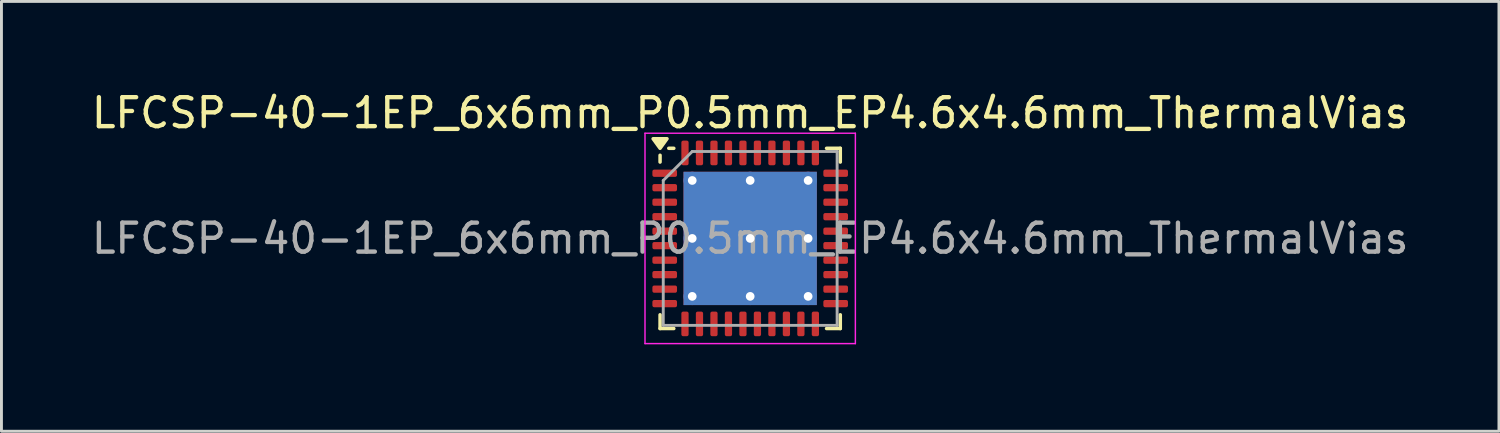
<source format=kicad_pcb>
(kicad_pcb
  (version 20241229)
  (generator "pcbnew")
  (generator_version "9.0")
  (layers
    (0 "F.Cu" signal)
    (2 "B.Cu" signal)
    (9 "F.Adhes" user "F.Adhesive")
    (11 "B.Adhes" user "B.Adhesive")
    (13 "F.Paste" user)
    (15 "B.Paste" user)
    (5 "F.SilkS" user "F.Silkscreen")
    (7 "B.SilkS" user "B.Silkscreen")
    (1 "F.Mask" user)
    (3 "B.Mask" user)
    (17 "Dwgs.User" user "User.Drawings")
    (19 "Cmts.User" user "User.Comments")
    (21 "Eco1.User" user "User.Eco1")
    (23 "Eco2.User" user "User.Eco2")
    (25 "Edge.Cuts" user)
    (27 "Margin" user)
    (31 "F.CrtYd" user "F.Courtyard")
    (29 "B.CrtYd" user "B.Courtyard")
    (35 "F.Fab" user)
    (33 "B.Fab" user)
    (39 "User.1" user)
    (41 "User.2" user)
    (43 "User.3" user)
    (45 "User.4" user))
  (footprint "LFCSP-40-1EP_6x6mm_P0.5mm_EP4.6x4.6mm_ThermalVias"
    (layer "F.Cu")
    (at 22.839 5.178)
    (property "Reference" "LFCSP-40-1EP_6x6mm_P0.5mm_EP4.6x4.6mm_ThermalVias" (at 0 -4.33 0) (layer "F.SilkS") (effects (font (size 1 1) (thickness 0.15))))
    (attr smd)
    (fp_line (start -3.11 -2.635) (end -3.11 -2.87) (stroke (width 0.12) (type solid)) (layer "F.SilkS"))
    (fp_line (start -3.11 3.11) (end -3.11 2.635) (stroke (width 0.12) (type solid)) (layer "F.SilkS"))
    (fp_line (start -2.635 -3.11) (end -2.81 -3.11) (stroke (width 0.12) (type solid)) (layer "F.SilkS"))
    (fp_line (start -2.635 3.11) (end -3.11 3.11) (stroke (width 0.12) (type solid)) (layer "F.SilkS"))
    (fp_line (start 2.635 -3.11) (end 3.11 -3.11) (stroke (width 0.12) (type solid)) (layer "F.SilkS"))
    (fp_line (start 2.635 3.11) (end 3.11 3.11) (stroke (width 0.12) (type solid)) (layer "F.SilkS"))
    (fp_line (start 3.11 -3.11) (end 3.11 -2.635) (stroke (width 0.12) (type solid)) (layer "F.SilkS"))
    (fp_line (start 3.11 3.11) (end 3.11 2.635) (stroke (width 0.12) (type solid)) (layer "F.SilkS"))
    (fp_poly (pts (xy -3.11 -3.11) (xy -3.35 -3.44) (xy -2.87 -3.44) (xy -3.11 -3.11)) (stroke (width 0.12) (type solid)) (fill yes) (layer "F.SilkS"))
    (fp_line (start -3.63 -3.63) (end -3.63 3.63) (stroke (width 0.05) (type solid)) (layer "F.CrtYd"))
    (fp_line (start -3.63 3.63) (end 3.63 3.63) (stroke (width 0.05) (type solid)) (layer "F.CrtYd"))
    (fp_line (start 3.63 -3.63) (end -3.63 -3.63) (stroke (width 0.05) (type solid)) (layer "F.CrtYd"))
    (fp_line (start 3.63 3.63) (end 3.63 -3.63) (stroke (width 0.05) (type solid)) (layer "F.CrtYd"))
    (fp_line (start -3 -2) (end -2 -3) (stroke (width 0.1) (type solid)) (layer "F.Fab"))
    (fp_line (start -3 3) (end -3 -2) (stroke (width 0.1) (type solid)) (layer "F.Fab"))
    (fp_line (start -2 -3) (end 3 -3) (stroke (width 0.1) (type solid)) (layer "F.Fab"))
    (fp_line (start 3 -3) (end 3 3) (stroke (width 0.1) (type solid)) (layer "F.Fab"))
    (fp_line (start 3 3) (end -3 3) (stroke (width 0.1) (type solid)) (layer "F.Fab"))
    (fp_text user "${REFERENCE}" (at 0 0 0) (layer "F.Fab") (effects (font (size 1 1) (thickness 0.15))))
    (pad "" smd custom (at -1.07 -1.07) (size 1.728 1.728) (layers "F.Paste") (options (anchor circle)) (primitives (gr_poly (pts (xy -0.766 -0.603) (xy -0.603 -0.766) (xy 0.603 -0.766) (xy 0.766 -0.603) (xy 0.766 0.603) (xy 0.603 0.766) (xy -0.603 0.766) (xy -0.766 0.603)) (width 0.393) (fill yes))))
    (pad "" smd custom (at -1.07 1.06) (size 1.728 1.728) (layers "F.Paste") (options (anchor circle)) (primitives (gr_poly (pts (xy -0.766 -0.603) (xy -0.603 -0.766) (xy 0.603 -0.766) (xy 0.766 -0.603) (xy 0.766 0.603) (xy 0.603 0.766) (xy -0.603 0.766) (xy -0.766 0.603)) (width 0.393) (fill yes))))
    (pad "" smd custom (at 1.07 -1.07) (size 1.728 1.728) (layers "F.Paste") (options (anchor circle)) (primitives (gr_poly (pts (xy -0.766 -0.603) (xy -0.603 -0.766) (xy 0.603 -0.766) (xy 0.766 -0.603) (xy 0.766 0.603) (xy 0.603 0.766) (xy -0.603 0.766) (xy -0.766 0.603)) (width 0.393) (fill yes))))
    (pad "" smd custom (at 1.07 1.06) (size 1.728 1.728) (layers "F.Paste") (options (anchor circle)) (primitives (gr_poly (pts (xy -0.766 -0.603) (xy -0.603 -0.766) (xy 0.603 -0.766) (xy 0.766 -0.603) (xy 0.766 0.603) (xy 0.603 0.766) (xy -0.603 0.766) (xy -0.766 0.603)) (width 0.393) (fill yes))))
    (pad "1" smd roundrect (at -2.95 -2.25) (size 0.85 0.25) (layers "F.Cu" "F.Mask" "F.Paste") (roundrect_rratio 0.25))
    (pad "2" smd roundrect (at -2.95 -1.75) (size 0.85 0.25) (layers "F.Cu" "F.Mask" "F.Paste") (roundrect_rratio 0.25))
    (pad "3" smd roundrect (at -2.95 -1.25) (size 0.85 0.25) (layers "F.Cu" "F.Mask" "F.Paste") (roundrect_rratio 0.25))
    (pad "4" smd roundrect (at -2.95 -0.75) (size 0.85 0.25) (layers "F.Cu" "F.Mask" "F.Paste") (roundrect_rratio 0.25))
    (pad "5" smd roundrect (at -2.95 -0.25) (size 0.85 0.25) (layers "F.Cu" "F.Mask" "F.Paste") (roundrect_rratio 0.25))
    (pad "6" smd roundrect (at -2.95 0.25) (size 0.85 0.25) (layers "F.Cu" "F.Mask" "F.Paste") (roundrect_rratio 0.25))
    (pad "7" smd roundrect (at -2.95 0.75) (size 0.85 0.25) (layers "F.Cu" "F.Mask" "F.Paste") (roundrect_rratio 0.25))
    (pad "8" smd roundrect (at -2.95 1.25) (size 0.85 0.25) (layers "F.Cu" "F.Mask" "F.Paste") (roundrect_rratio 0.25))
    (pad "9" smd roundrect (at -2.95 1.75) (size 0.85 0.25) (layers "F.Cu" "F.Mask" "F.Paste") (roundrect_rratio 0.25))
    (pad "10" smd roundrect (at -2.95 2.25) (size 0.85 0.25) (layers "F.Cu" "F.Mask" "F.Paste") (roundrect_rratio 0.25))
    (pad "11" smd roundrect (at -2.25 2.95) (size 0.25 0.85) (layers "F.Cu" "F.Mask" "F.Paste") (roundrect_rratio 0.25))
    (pad "12" smd roundrect (at -1.75 2.95) (size 0.25 0.85) (layers "F.Cu" "F.Mask" "F.Paste") (roundrect_rratio 0.25))
    (pad "13" smd roundrect (at -1.25 2.95) (size 0.25 0.85) (layers "F.Cu" "F.Mask" "F.Paste") (roundrect_rratio 0.25))
    (pad "14" smd roundrect (at -0.75 2.95) (size 0.25 0.85) (layers "F.Cu" "F.Mask" "F.Paste") (roundrect_rratio 0.25))
    (pad "15" smd roundrect (at -0.25 2.95) (size 0.25 0.85) (layers "F.Cu" "F.Mask" "F.Paste") (roundrect_rratio 0.25))
    (pad "16" smd roundrect (at 0.25 2.95) (size 0.25 0.85) (layers "F.Cu" "F.Mask" "F.Paste") (roundrect_rratio 0.25))
    (pad "17" smd roundrect (at 0.75 2.95) (size 0.25 0.85) (layers "F.Cu" "F.Mask" "F.Paste") (roundrect_rratio 0.25))
    (pad "18" smd roundrect (at 1.25 2.95) (size 0.25 0.85) (layers "F.Cu" "F.Mask" "F.Paste") (roundrect_rratio 0.25))
    (pad "19" smd roundrect (at 1.75 2.95) (size 0.25 0.85) (layers "F.Cu" "F.Mask" "F.Paste") (roundrect_rratio 0.25))
    (pad "20" smd roundrect (at 2.25 2.95) (size 0.25 0.85) (layers "F.Cu" "F.Mask" "F.Paste") (roundrect_rratio 0.25))
    (pad "21" smd roundrect (at 2.95 2.25) (size 0.85 0.25) (layers "F.Cu" "F.Mask" "F.Paste") (roundrect_rratio 0.25))
    (pad "22" smd roundrect (at 2.95 1.75) (size 0.85 0.25) (layers "F.Cu" "F.Mask" "F.Paste") (roundrect_rratio 0.25))
    (pad "23" smd roundrect (at 2.95 1.25) (size 0.85 0.25) (layers "F.Cu" "F.Mask" "F.Paste") (roundrect_rratio 0.25))
    (pad "24" smd roundrect (at 2.95 0.75) (size 0.85 0.25) (layers "F.Cu" "F.Mask" "F.Paste") (roundrect_rratio 0.25))
    (pad "25" smd roundrect (at 2.95 0.25) (size 0.85 0.25) (layers "F.Cu" "F.Mask" "F.Paste") (roundrect_rratio 0.25))
    (pad "26" smd roundrect (at 2.95 -0.25) (size 0.85 0.25) (layers "F.Cu" "F.Mask" "F.Paste") (roundrect_rratio 0.25))
    (pad "27" smd roundrect (at 2.95 -0.75) (size 0.85 0.25) (layers "F.Cu" "F.Mask" "F.Paste") (roundrect_rratio 0.25))
    (pad "28" smd roundrect (at 2.95 -1.25) (size 0.85 0.25) (layers "F.Cu" "F.Mask" "F.Paste") (roundrect_rratio 0.25))
    (pad "29" smd roundrect (at 2.95 -1.75) (size 0.85 0.25) (layers "F.Cu" "F.Mask" "F.Paste") (roundrect_rratio 0.25))
    (pad "30" smd roundrect (at 2.95 -2.25) (size 0.85 0.25) (layers "F.Cu" "F.Mask" "F.Paste") (roundrect_rratio 0.25))
    (pad "31" smd roundrect (at 2.25 -2.95) (size 0.25 0.85) (layers "F.Cu" "F.Mask" "F.Paste") (roundrect_rratio 0.25))
    (pad "32" smd roundrect (at 1.75 -2.95) (size 0.25 0.85) (layers "F.Cu" "F.Mask" "F.Paste") (roundrect_rratio 0.25))
    (pad "33" smd roundrect (at 1.25 -2.95) (size 0.25 0.85) (layers "F.Cu" "F.Mask" "F.Paste") (roundrect_rratio 0.25))
    (pad "34" smd roundrect (at 0.75 -2.95) (size 0.25 0.85) (layers "F.Cu" "F.Mask" "F.Paste") (roundrect_rratio 0.25))
    (pad "35" smd roundrect (at 0.25 -2.95) (size 0.25 0.85) (layers "F.Cu" "F.Mask" "F.Paste") (roundrect_rratio 0.25))
    (pad "36" smd roundrect (at -0.25 -2.95) (size 0.25 0.85) (layers "F.Cu" "F.Mask" "F.Paste") (roundrect_rratio 0.25))
    (pad "37" smd roundrect (at -0.75 -2.95) (size 0.25 0.85) (layers "F.Cu" "F.Mask" "F.Paste") (roundrect_rratio 0.25))
    (pad "38" smd roundrect (at -1.25 -2.95) (size 0.25 0.85) (layers "F.Cu" "F.Mask" "F.Paste") (roundrect_rratio 0.25))
    (pad "39" smd roundrect (at -1.75 -2.95) (size 0.25 0.85) (layers "F.Cu" "F.Mask" "F.Paste") (roundrect_rratio 0.25))
    (pad "40" smd roundrect (at -2.25 -2.95) (size 0.25 0.85) (layers "F.Cu" "F.Mask" "F.Paste") (roundrect_rratio 0.25))
    (pad "41" thru_hole circle (at -2 -2) (size 0.6 0.6) (drill 0.3) (property pad_prop_heatsink) (layers "*.Cu"))
    (pad "41" thru_hole circle (at -2 0) (size 0.6 0.6) (drill 0.3) (property pad_prop_heatsink) (layers "*.Cu"))
    (pad "41" thru_hole circle (at -2 2) (size 0.6 0.6) (drill 0.3) (property pad_prop_heatsink) (layers "*.Cu"))
    (pad "41" thru_hole circle (at 0 -2) (size 0.6 0.6) (drill 0.3) (property pad_prop_heatsink) (layers "*.Cu"))
    (pad "41" thru_hole circle (at 0 0) (size 0.6 0.6) (drill 0.3) (property pad_prop_heatsink) (layers "*.Cu"))
    (pad "41" smd rect (at 0 0) (size 4.6 4.6) (property pad_prop_heatsink) (layers "F.Cu" "F.Mask"))
    (pad "41" smd rect (at 0 0) (size 4.6 4.6) (property pad_prop_heatsink) (layers "B.Cu"))
    (pad "41" thru_hole circle (at 0 2) (size 0.6 0.6) (drill 0.3) (property pad_prop_heatsink) (layers "*.Cu"))
    (pad "41" thru_hole circle (at 2 -2) (size 0.6 0.6) (drill 0.3) (property pad_prop_heatsink) (layers "*.Cu"))
    (pad "41" thru_hole circle (at 2 0) (size 0.6 0.6) (drill 0.3) (property pad_prop_heatsink) (layers "*.Cu"))
    (pad "41" thru_hole circle (at 2 2) (size 0.6 0.6) (drill 0.3) (property pad_prop_heatsink) (layers "*.Cu")))
  (gr_rect
    (start -3 -3)
    (end 48.679 11.833)
    (stroke (width 0.1) (type default))
    (fill no)
    (layer "Edge.Cuts")))
</source>
